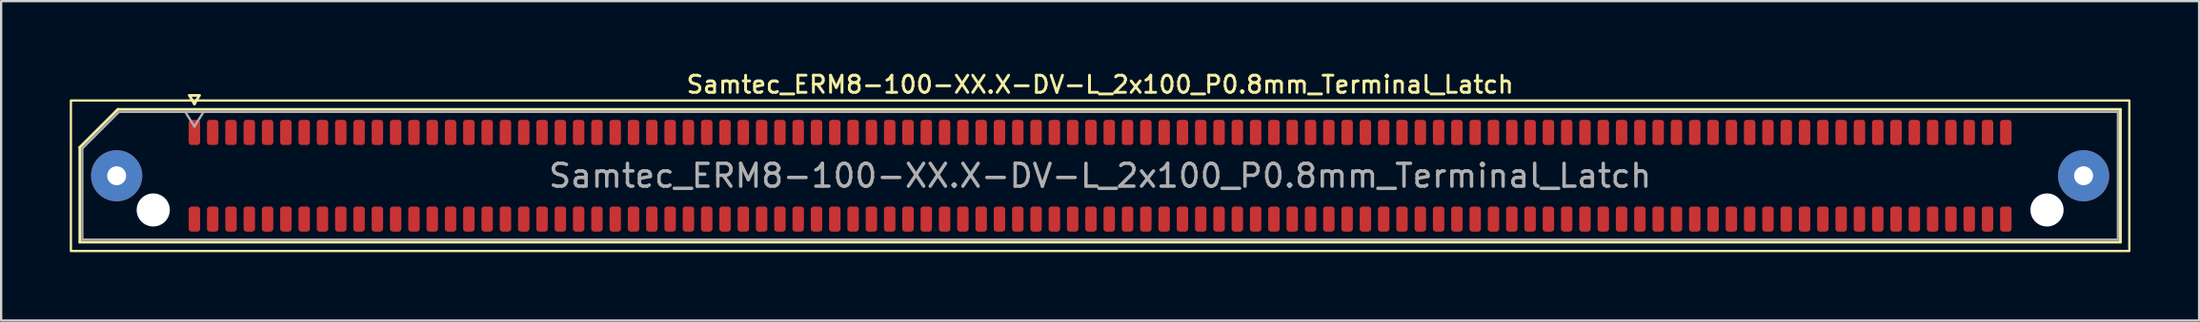
<source format=kicad_pcb>
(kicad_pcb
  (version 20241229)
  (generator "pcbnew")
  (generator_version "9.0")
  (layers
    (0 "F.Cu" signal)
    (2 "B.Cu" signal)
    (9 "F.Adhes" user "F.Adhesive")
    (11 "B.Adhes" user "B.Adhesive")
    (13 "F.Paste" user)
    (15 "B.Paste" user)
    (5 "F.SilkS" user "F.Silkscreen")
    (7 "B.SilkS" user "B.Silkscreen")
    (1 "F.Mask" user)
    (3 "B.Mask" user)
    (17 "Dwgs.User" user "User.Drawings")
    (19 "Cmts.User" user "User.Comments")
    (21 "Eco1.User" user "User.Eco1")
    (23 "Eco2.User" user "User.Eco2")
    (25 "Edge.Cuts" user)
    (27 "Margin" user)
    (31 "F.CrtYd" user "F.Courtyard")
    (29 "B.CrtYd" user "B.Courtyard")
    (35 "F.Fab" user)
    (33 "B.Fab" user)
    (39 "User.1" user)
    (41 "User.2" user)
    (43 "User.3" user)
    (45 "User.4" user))
  (footprint "Samtec_ERM8-100-XX.X-DV-L_2x100_P0.8mm_Terminal_Latch"
    (layer "F.Cu")
    (at 45.05 4.658)
    (property "Reference" "Samtec_ERM8-100-XX.X-DV-L_2x100_P0.8mm_Terminal_Latch" (at 0 -4 0) (layer "F.SilkS") (effects (font (size 0.75 0.75) (thickness 0.125))))
    (attr smd)
    (fp_line (start -44.61 -1.246) (end -42.946 -2.91) (stroke (width 0.12) (type solid)) (layer "F.SilkS"))
    (fp_line (start -44.61 2.91) (end -44.61 -1.246) (stroke (width 0.12) (type solid)) (layer "F.SilkS"))
    (fp_line (start -42.946 -2.91) (end 44.61 -2.91) (stroke (width 0.12) (type solid)) (layer "F.SilkS"))
    (fp_line (start -39.817 -3.525) (end -39.6 -3.15) (stroke (width 0.12) (type solid)) (layer "F.SilkS"))
    (fp_line (start -39.6 -3.15) (end -39.383 -3.525) (stroke (width 0.12) (type solid)) (layer "F.SilkS"))
    (fp_line (start -39.383 -3.525) (end -39.817 -3.525) (stroke (width 0.12) (type solid)) (layer "F.SilkS"))
    (fp_line (start 44.61 -2.91) (end 44.61 2.91) (stroke (width 0.12) (type solid)) (layer "F.SilkS"))
    (fp_line (start 44.61 2.91) (end -44.61 2.91) (stroke (width 0.12) (type solid)) (layer "F.SilkS"))
    (fp_rect (start -45 -3.3) (end 45 3.3) (stroke (width 0.1) (type solid)) (fill no) (layer "F.SilkS"))
    (fp_line (start -44.5 -1.2) (end -42.9 -2.8) (stroke (width 0.1) (type solid)) (layer "F.Fab"))
    (fp_line (start -44.5 2.8) (end -44.5 -1.2) (stroke (width 0.1) (type solid)) (layer "F.Fab"))
    (fp_line (start -42.9 -2.8) (end 44.5 -2.8) (stroke (width 0.1) (type solid)) (layer "F.Fab"))
    (fp_line (start -40 -2.8) (end -39.6 -2.16) (stroke (width 0.1) (type solid)) (layer "F.Fab"))
    (fp_line (start -39.6 -2.16) (end -39.2 -2.8) (stroke (width 0.1) (type solid)) (layer "F.Fab"))
    (fp_line (start 44.5 -2.8) (end 44.5 2.8) (stroke (width 0.1) (type solid)) (layer "F.Fab"))
    (fp_line (start 44.5 2.8) (end -44.5 2.8) (stroke (width 0.1) (type solid)) (layer "F.Fab"))
    (fp_text user "${REFERENCE}" (at 0 0 0) (layer "F.Fab") (effects (font (size 1 1) (thickness 0.15))))
    (pad "" thru_hole circle (at -43 0) (size 2.24 2.24) (drill 0.83) (layers "*.Cu" "*.Mask" "F.Paste"))
    (pad "" np_thru_hole circle (at -41.4 1.5) (size 1.45 1.45) (drill 1.45) (layers "*.Cu" "*.Mask"))
    (pad "" np_thru_hole circle (at 41.4 1.5) (size 1.45 1.45) (drill 1.45) (layers "*.Cu" "*.Mask"))
    (pad "" thru_hole circle (at 43 0) (size 2.24 2.24) (drill 0.83) (layers "*.Cu" "*.Mask" "F.Paste"))
    (pad "1" smd roundrect (at -39.6 -1.9) (size 0.5 1.1) (layers "F.Cu" "F.Mask" "F.Paste") (roundrect_rratio 0.25))
    (pad "2" smd roundrect (at -39.6 1.9) (size 0.5 1.1) (layers "F.Cu" "F.Mask" "F.Paste") (roundrect_rratio 0.25))
    (pad "3" smd roundrect (at -38.8 -1.9) (size 0.5 1.1) (layers "F.Cu" "F.Mask" "F.Paste") (roundrect_rratio 0.25))
    (pad "4" smd roundrect (at -38.8 1.9) (size 0.5 1.1) (layers "F.Cu" "F.Mask" "F.Paste") (roundrect_rratio 0.25))
    (pad "5" smd roundrect (at -38 -1.9) (size 0.5 1.1) (layers "F.Cu" "F.Mask" "F.Paste") (roundrect_rratio 0.25))
    (pad "6" smd roundrect (at -38 1.9) (size 0.5 1.1) (layers "F.Cu" "F.Mask" "F.Paste") (roundrect_rratio 0.25))
    (pad "7" smd roundrect (at -37.2 -1.9) (size 0.5 1.1) (layers "F.Cu" "F.Mask" "F.Paste") (roundrect_rratio 0.25))
    (pad "8" smd roundrect (at -37.2 1.9) (size 0.5 1.1) (layers "F.Cu" "F.Mask" "F.Paste") (roundrect_rratio 0.25))
    (pad "9" smd roundrect (at -36.4 -1.9) (size 0.5 1.1) (layers "F.Cu" "F.Mask" "F.Paste") (roundrect_rratio 0.25))
    (pad "10" smd roundrect (at -36.4 1.9) (size 0.5 1.1) (layers "F.Cu" "F.Mask" "F.Paste") (roundrect_rratio 0.25))
    (pad "11" smd roundrect (at -35.6 -1.9) (size 0.5 1.1) (layers "F.Cu" "F.Mask" "F.Paste") (roundrect_rratio 0.25))
    (pad "12" smd roundrect (at -35.6 1.9) (size 0.5 1.1) (layers "F.Cu" "F.Mask" "F.Paste") (roundrect_rratio 0.25))
    (pad "13" smd roundrect (at -34.8 -1.9) (size 0.5 1.1) (layers "F.Cu" "F.Mask" "F.Paste") (roundrect_rratio 0.25))
    (pad "14" smd roundrect (at -34.8 1.9) (size 0.5 1.1) (layers "F.Cu" "F.Mask" "F.Paste") (roundrect_rratio 0.25))
    (pad "15" smd roundrect (at -34 -1.9) (size 0.5 1.1) (layers "F.Cu" "F.Mask" "F.Paste") (roundrect_rratio 0.25))
    (pad "16" smd roundrect (at -34 1.9) (size 0.5 1.1) (layers "F.Cu" "F.Mask" "F.Paste") (roundrect_rratio 0.25))
    (pad "17" smd roundrect (at -33.2 -1.9) (size 0.5 1.1) (layers "F.Cu" "F.Mask" "F.Paste") (roundrect_rratio 0.25))
    (pad "18" smd roundrect (at -33.2 1.9) (size 0.5 1.1) (layers "F.Cu" "F.Mask" "F.Paste") (roundrect_rratio 0.25))
    (pad "19" smd roundrect (at -32.4 -1.9) (size 0.5 1.1) (layers "F.Cu" "F.Mask" "F.Paste") (roundrect_rratio 0.25))
    (pad "20" smd roundrect (at -32.4 1.9) (size 0.5 1.1) (layers "F.Cu" "F.Mask" "F.Paste") (roundrect_rratio 0.25))
    (pad "21" smd roundrect (at -31.6 -1.9) (size 0.5 1.1) (layers "F.Cu" "F.Mask" "F.Paste") (roundrect_rratio 0.25))
    (pad "22" smd roundrect (at -31.6 1.9) (size 0.5 1.1) (layers "F.Cu" "F.Mask" "F.Paste") (roundrect_rratio 0.25))
    (pad "23" smd roundrect (at -30.8 -1.9) (size 0.5 1.1) (layers "F.Cu" "F.Mask" "F.Paste") (roundrect_rratio 0.25))
    (pad "24" smd roundrect (at -30.8 1.9) (size 0.5 1.1) (layers "F.Cu" "F.Mask" "F.Paste") (roundrect_rratio 0.25))
    (pad "25" smd roundrect (at -30 -1.9) (size 0.5 1.1) (layers "F.Cu" "F.Mask" "F.Paste") (roundrect_rratio 0.25))
    (pad "26" smd roundrect (at -30 1.9) (size 0.5 1.1) (layers "F.Cu" "F.Mask" "F.Paste") (roundrect_rratio 0.25))
    (pad "27" smd roundrect (at -29.2 -1.9) (size 0.5 1.1) (layers "F.Cu" "F.Mask" "F.Paste") (roundrect_rratio 0.25))
    (pad "28" smd roundrect (at -29.2 1.9) (size 0.5 1.1) (layers "F.Cu" "F.Mask" "F.Paste") (roundrect_rratio 0.25))
    (pad "29" smd roundrect (at -28.4 -1.9) (size 0.5 1.1) (layers "F.Cu" "F.Mask" "F.Paste") (roundrect_rratio 0.25))
    (pad "30" smd roundrect (at -28.4 1.9) (size 0.5 1.1) (layers "F.Cu" "F.Mask" "F.Paste") (roundrect_rratio 0.25))
    (pad "31" smd roundrect (at -27.6 -1.9) (size 0.5 1.1) (layers "F.Cu" "F.Mask" "F.Paste") (roundrect_rratio 0.25))
    (pad "32" smd roundrect (at -27.6 1.9) (size 0.5 1.1) (layers "F.Cu" "F.Mask" "F.Paste") (roundrect_rratio 0.25))
    (pad "33" smd roundrect (at -26.8 -1.9) (size 0.5 1.1) (layers "F.Cu" "F.Mask" "F.Paste") (roundrect_rratio 0.25))
    (pad "34" smd roundrect (at -26.8 1.9) (size 0.5 1.1) (layers "F.Cu" "F.Mask" "F.Paste") (roundrect_rratio 0.25))
    (pad "35" smd roundrect (at -26 -1.9) (size 0.5 1.1) (layers "F.Cu" "F.Mask" "F.Paste") (roundrect_rratio 0.25))
    (pad "36" smd roundrect (at -26 1.9) (size 0.5 1.1) (layers "F.Cu" "F.Mask" "F.Paste") (roundrect_rratio 0.25))
    (pad "37" smd roundrect (at -25.2 -1.9) (size 0.5 1.1) (layers "F.Cu" "F.Mask" "F.Paste") (roundrect_rratio 0.25))
    (pad "38" smd roundrect (at -25.2 1.9) (size 0.5 1.1) (layers "F.Cu" "F.Mask" "F.Paste") (roundrect_rratio 0.25))
    (pad "39" smd roundrect (at -24.4 -1.9) (size 0.5 1.1) (layers "F.Cu" "F.Mask" "F.Paste") (roundrect_rratio 0.25))
    (pad "40" smd roundrect (at -24.4 1.9) (size 0.5 1.1) (layers "F.Cu" "F.Mask" "F.Paste") (roundrect_rratio 0.25))
    (pad "41" smd roundrect (at -23.6 -1.9) (size 0.5 1.1) (layers "F.Cu" "F.Mask" "F.Paste") (roundrect_rratio 0.25))
    (pad "42" smd roundrect (at -23.6 1.9) (size 0.5 1.1) (layers "F.Cu" "F.Mask" "F.Paste") (roundrect_rratio 0.25))
    (pad "43" smd roundrect (at -22.8 -1.9) (size 0.5 1.1) (layers "F.Cu" "F.Mask" "F.Paste") (roundrect_rratio 0.25))
    (pad "44" smd roundrect (at -22.8 1.9) (size 0.5 1.1) (layers "F.Cu" "F.Mask" "F.Paste") (roundrect_rratio 0.25))
    (pad "45" smd roundrect (at -22 -1.9) (size 0.5 1.1) (layers "F.Cu" "F.Mask" "F.Paste") (roundrect_rratio 0.25))
    (pad "46" smd roundrect (at -22 1.9) (size 0.5 1.1) (layers "F.Cu" "F.Mask" "F.Paste") (roundrect_rratio 0.25))
    (pad "47" smd roundrect (at -21.2 -1.9) (size 0.5 1.1) (layers "F.Cu" "F.Mask" "F.Paste") (roundrect_rratio 0.25))
    (pad "48" smd roundrect (at -21.2 1.9) (size 0.5 1.1) (layers "F.Cu" "F.Mask" "F.Paste") (roundrect_rratio 0.25))
    (pad "49" smd roundrect (at -20.4 -1.9) (size 0.5 1.1) (layers "F.Cu" "F.Mask" "F.Paste") (roundrect_rratio 0.25))
    (pad "50" smd roundrect (at -20.4 1.9) (size 0.5 1.1) (layers "F.Cu" "F.Mask" "F.Paste") (roundrect_rratio 0.25))
    (pad "51" smd roundrect (at -19.6 -1.9) (size 0.5 1.1) (layers "F.Cu" "F.Mask" "F.Paste") (roundrect_rratio 0.25))
    (pad "52" smd roundrect (at -19.6 1.9) (size 0.5 1.1) (layers "F.Cu" "F.Mask" "F.Paste") (roundrect_rratio 0.25))
    (pad "53" smd roundrect (at -18.8 -1.9) (size 0.5 1.1) (layers "F.Cu" "F.Mask" "F.Paste") (roundrect_rratio 0.25))
    (pad "54" smd roundrect (at -18.8 1.9) (size 0.5 1.1) (layers "F.Cu" "F.Mask" "F.Paste") (roundrect_rratio 0.25))
    (pad "55" smd roundrect (at -18 -1.9) (size 0.5 1.1) (layers "F.Cu" "F.Mask" "F.Paste") (roundrect_rratio 0.25))
    (pad "56" smd roundrect (at -18 1.9) (size 0.5 1.1) (layers "F.Cu" "F.Mask" "F.Paste") (roundrect_rratio 0.25))
    (pad "57" smd roundrect (at -17.2 -1.9) (size 0.5 1.1) (layers "F.Cu" "F.Mask" "F.Paste") (roundrect_rratio 0.25))
    (pad "58" smd roundrect (at -17.2 1.9) (size 0.5 1.1) (layers "F.Cu" "F.Mask" "F.Paste") (roundrect_rratio 0.25))
    (pad "59" smd roundrect (at -16.4 -1.9) (size 0.5 1.1) (layers "F.Cu" "F.Mask" "F.Paste") (roundrect_rratio 0.25))
    (pad "60" smd roundrect (at -16.4 1.9) (size 0.5 1.1) (layers "F.Cu" "F.Mask" "F.Paste") (roundrect_rratio 0.25))
    (pad "61" smd roundrect (at -15.6 -1.9) (size 0.5 1.1) (layers "F.Cu" "F.Mask" "F.Paste") (roundrect_rratio 0.25))
    (pad "62" smd roundrect (at -15.6 1.9) (size 0.5 1.1) (layers "F.Cu" "F.Mask" "F.Paste") (roundrect_rratio 0.25))
    (pad "63" smd roundrect (at -14.8 -1.9) (size 0.5 1.1) (layers "F.Cu" "F.Mask" "F.Paste") (roundrect_rratio 0.25))
    (pad "64" smd roundrect (at -14.8 1.9) (size 0.5 1.1) (layers "F.Cu" "F.Mask" "F.Paste") (roundrect_rratio 0.25))
    (pad "65" smd roundrect (at -14 -1.9) (size 0.5 1.1) (layers "F.Cu" "F.Mask" "F.Paste") (roundrect_rratio 0.25))
    (pad "66" smd roundrect (at -14 1.9) (size 0.5 1.1) (layers "F.Cu" "F.Mask" "F.Paste") (roundrect_rratio 0.25))
    (pad "67" smd roundrect (at -13.2 -1.9) (size 0.5 1.1) (layers "F.Cu" "F.Mask" "F.Paste") (roundrect_rratio 0.25))
    (pad "68" smd roundrect (at -13.2 1.9) (size 0.5 1.1) (layers "F.Cu" "F.Mask" "F.Paste") (roundrect_rratio 0.25))
    (pad "69" smd roundrect (at -12.4 -1.9) (size 0.5 1.1) (layers "F.Cu" "F.Mask" "F.Paste") (roundrect_rratio 0.25))
    (pad "70" smd roundrect (at -12.4 1.9) (size 0.5 1.1) (layers "F.Cu" "F.Mask" "F.Paste") (roundrect_rratio 0.25))
    (pad "71" smd roundrect (at -11.6 -1.9) (size 0.5 1.1) (layers "F.Cu" "F.Mask" "F.Paste") (roundrect_rratio 0.25))
    (pad "72" smd roundrect (at -11.6 1.9) (size 0.5 1.1) (layers "F.Cu" "F.Mask" "F.Paste") (roundrect_rratio 0.25))
    (pad "73" smd roundrect (at -10.8 -1.9) (size 0.5 1.1) (layers "F.Cu" "F.Mask" "F.Paste") (roundrect_rratio 0.25))
    (pad "74" smd roundrect (at -10.8 1.9) (size 0.5 1.1) (layers "F.Cu" "F.Mask" "F.Paste") (roundrect_rratio 0.25))
    (pad "75" smd roundrect (at -10 -1.9) (size 0.5 1.1) (layers "F.Cu" "F.Mask" "F.Paste") (roundrect_rratio 0.25))
    (pad "76" smd roundrect (at -10 1.9) (size 0.5 1.1) (layers "F.Cu" "F.Mask" "F.Paste") (roundrect_rratio 0.25))
    (pad "77" smd roundrect (at -9.2 -1.9) (size 0.5 1.1) (layers "F.Cu" "F.Mask" "F.Paste") (roundrect_rratio 0.25))
    (pad "78" smd roundrect (at -9.2 1.9) (size 0.5 1.1) (layers "F.Cu" "F.Mask" "F.Paste") (roundrect_rratio 0.25))
    (pad "79" smd roundrect (at -8.4 -1.9) (size 0.5 1.1) (layers "F.Cu" "F.Mask" "F.Paste") (roundrect_rratio 0.25))
    (pad "80" smd roundrect (at -8.4 1.9) (size 0.5 1.1) (layers "F.Cu" "F.Mask" "F.Paste") (roundrect_rratio 0.25))
    (pad "81" smd roundrect (at -7.6 -1.9) (size 0.5 1.1) (layers "F.Cu" "F.Mask" "F.Paste") (roundrect_rratio 0.25))
    (pad "82" smd roundrect (at -7.6 1.9) (size 0.5 1.1) (layers "F.Cu" "F.Mask" "F.Paste") (roundrect_rratio 0.25))
    (pad "83" smd roundrect (at -6.8 -1.9) (size 0.5 1.1) (layers "F.Cu" "F.Mask" "F.Paste") (roundrect_rratio 0.25))
    (pad "84" smd roundrect (at -6.8 1.9) (size 0.5 1.1) (layers "F.Cu" "F.Mask" "F.Paste") (roundrect_rratio 0.25))
    (pad "85" smd roundrect (at -6 -1.9) (size 0.5 1.1) (layers "F.Cu" "F.Mask" "F.Paste") (roundrect_rratio 0.25))
    (pad "86" smd roundrect (at -6 1.9) (size 0.5 1.1) (layers "F.Cu" "F.Mask" "F.Paste") (roundrect_rratio 0.25))
    (pad "87" smd roundrect (at -5.2 -1.9) (size 0.5 1.1) (layers "F.Cu" "F.Mask" "F.Paste") (roundrect_rratio 0.25))
    (pad "88" smd roundrect (at -5.2 1.9) (size 0.5 1.1) (layers "F.Cu" "F.Mask" "F.Paste") (roundrect_rratio 0.25))
    (pad "89" smd roundrect (at -4.4 -1.9) (size 0.5 1.1) (layers "F.Cu" "F.Mask" "F.Paste") (roundrect_rratio 0.25))
    (pad "90" smd roundrect (at -4.4 1.9) (size 0.5 1.1) (layers "F.Cu" "F.Mask" "F.Paste") (roundrect_rratio 0.25))
    (pad "91" smd roundrect (at -3.6 -1.9) (size 0.5 1.1) (layers "F.Cu" "F.Mask" "F.Paste") (roundrect_rratio 0.25))
    (pad "92" smd roundrect (at -3.6 1.9) (size 0.5 1.1) (layers "F.Cu" "F.Mask" "F.Paste") (roundrect_rratio 0.25))
    (pad "93" smd roundrect (at -2.8 -1.9) (size 0.5 1.1) (layers "F.Cu" "F.Mask" "F.Paste") (roundrect_rratio 0.25))
    (pad "94" smd roundrect (at -2.8 1.9) (size 0.5 1.1) (layers "F.Cu" "F.Mask" "F.Paste") (roundrect_rratio 0.25))
    (pad "95" smd roundrect (at -2 -1.9) (size 0.5 1.1) (layers "F.Cu" "F.Mask" "F.Paste") (roundrect_rratio 0.25))
    (pad "96" smd roundrect (at -2 1.9) (size 0.5 1.1) (layers "F.Cu" "F.Mask" "F.Paste") (roundrect_rratio 0.25))
    (pad "97" smd roundrect (at -1.2 -1.9) (size 0.5 1.1) (layers "F.Cu" "F.Mask" "F.Paste") (roundrect_rratio 0.25))
    (pad "98" smd roundrect (at -1.2 1.9) (size 0.5 1.1) (layers "F.Cu" "F.Mask" "F.Paste") (roundrect_rratio 0.25))
    (pad "99" smd roundrect (at -0.4 -1.9) (size 0.5 1.1) (layers "F.Cu" "F.Mask" "F.Paste") (roundrect_rratio 0.25))
    (pad "100" smd roundrect (at -0.4 1.9) (size 0.5 1.1) (layers "F.Cu" "F.Mask" "F.Paste") (roundrect_rratio 0.25))
    (pad "101" smd roundrect (at 0.4 -1.9) (size 0.5 1.1) (layers "F.Cu" "F.Mask" "F.Paste") (roundrect_rratio 0.25))
    (pad "102" smd roundrect (at 0.4 1.9) (size 0.5 1.1) (layers "F.Cu" "F.Mask" "F.Paste") (roundrect_rratio 0.25))
    (pad "103" smd roundrect (at 1.2 -1.9) (size 0.5 1.1) (layers "F.Cu" "F.Mask" "F.Paste") (roundrect_rratio 0.25))
    (pad "104" smd roundrect (at 1.2 1.9) (size 0.5 1.1) (layers "F.Cu" "F.Mask" "F.Paste") (roundrect_rratio 0.25))
    (pad "105" smd roundrect (at 2 -1.9) (size 0.5 1.1) (layers "F.Cu" "F.Mask" "F.Paste") (roundrect_rratio 0.25))
    (pad "106" smd roundrect (at 2 1.9) (size 0.5 1.1) (layers "F.Cu" "F.Mask" "F.Paste") (roundrect_rratio 0.25))
    (pad "107" smd roundrect (at 2.8 -1.9) (size 0.5 1.1) (layers "F.Cu" "F.Mask" "F.Paste") (roundrect_rratio 0.25))
    (pad "108" smd roundrect (at 2.8 1.9) (size 0.5 1.1) (layers "F.Cu" "F.Mask" "F.Paste") (roundrect_rratio 0.25))
    (pad "109" smd roundrect (at 3.6 -1.9) (size 0.5 1.1) (layers "F.Cu" "F.Mask" "F.Paste") (roundrect_rratio 0.25))
    (pad "110" smd roundrect (at 3.6 1.9) (size 0.5 1.1) (layers "F.Cu" "F.Mask" "F.Paste") (roundrect_rratio 0.25))
    (pad "111" smd roundrect (at 4.4 -1.9) (size 0.5 1.1) (layers "F.Cu" "F.Mask" "F.Paste") (roundrect_rratio 0.25))
    (pad "112" smd roundrect (at 4.4 1.9) (size 0.5 1.1) (layers "F.Cu" "F.Mask" "F.Paste") (roundrect_rratio 0.25))
    (pad "113" smd roundrect (at 5.2 -1.9) (size 0.5 1.1) (layers "F.Cu" "F.Mask" "F.Paste") (roundrect_rratio 0.25))
    (pad "114" smd roundrect (at 5.2 1.9) (size 0.5 1.1) (layers "F.Cu" "F.Mask" "F.Paste") (roundrect_rratio 0.25))
    (pad "115" smd roundrect (at 6 -1.9) (size 0.5 1.1) (layers "F.Cu" "F.Mask" "F.Paste") (roundrect_rratio 0.25))
    (pad "116" smd roundrect (at 6 1.9) (size 0.5 1.1) (layers "F.Cu" "F.Mask" "F.Paste") (roundrect_rratio 0.25))
    (pad "117" smd roundrect (at 6.8 -1.9) (size 0.5 1.1) (layers "F.Cu" "F.Mask" "F.Paste") (roundrect_rratio 0.25))
    (pad "118" smd roundrect (at 6.8 1.9) (size 0.5 1.1) (layers "F.Cu" "F.Mask" "F.Paste") (roundrect_rratio 0.25))
    (pad "119" smd roundrect (at 7.6 -1.9) (size 0.5 1.1) (layers "F.Cu" "F.Mask" "F.Paste") (roundrect_rratio 0.25))
    (pad "120" smd roundrect (at 7.6 1.9) (size 0.5 1.1) (layers "F.Cu" "F.Mask" "F.Paste") (roundrect_rratio 0.25))
    (pad "121" smd roundrect (at 8.4 -1.9) (size 0.5 1.1) (layers "F.Cu" "F.Mask" "F.Paste") (roundrect_rratio 0.25))
    (pad "122" smd roundrect (at 8.4 1.9) (size 0.5 1.1) (layers "F.Cu" "F.Mask" "F.Paste") (roundrect_rratio 0.25))
    (pad "123" smd roundrect (at 9.2 -1.9) (size 0.5 1.1) (layers "F.Cu" "F.Mask" "F.Paste") (roundrect_rratio 0.25))
    (pad "124" smd roundrect (at 9.2 1.9) (size 0.5 1.1) (layers "F.Cu" "F.Mask" "F.Paste") (roundrect_rratio 0.25))
    (pad "125" smd roundrect (at 10 -1.9) (size 0.5 1.1) (layers "F.Cu" "F.Mask" "F.Paste") (roundrect_rratio 0.25))
    (pad "126" smd roundrect (at 10 1.9) (size 0.5 1.1) (layers "F.Cu" "F.Mask" "F.Paste") (roundrect_rratio 0.25))
    (pad "127" smd roundrect (at 10.8 -1.9) (size 0.5 1.1) (layers "F.Cu" "F.Mask" "F.Paste") (roundrect_rratio 0.25))
    (pad "128" smd roundrect (at 10.8 1.9) (size 0.5 1.1) (layers "F.Cu" "F.Mask" "F.Paste") (roundrect_rratio 0.25))
    (pad "129" smd roundrect (at 11.6 -1.9) (size 0.5 1.1) (layers "F.Cu" "F.Mask" "F.Paste") (roundrect_rratio 0.25))
    (pad "130" smd roundrect (at 11.6 1.9) (size 0.5 1.1) (layers "F.Cu" "F.Mask" "F.Paste") (roundrect_rratio 0.25))
    (pad "131" smd roundrect (at 12.4 -1.9) (size 0.5 1.1) (layers "F.Cu" "F.Mask" "F.Paste") (roundrect_rratio 0.25))
    (pad "132" smd roundrect (at 12.4 1.9) (size 0.5 1.1) (layers "F.Cu" "F.Mask" "F.Paste") (roundrect_rratio 0.25))
    (pad "133" smd roundrect (at 13.2 -1.9) (size 0.5 1.1) (layers "F.Cu" "F.Mask" "F.Paste") (roundrect_rratio 0.25))
    (pad "134" smd roundrect (at 13.2 1.9) (size 0.5 1.1) (layers "F.Cu" "F.Mask" "F.Paste") (roundrect_rratio 0.25))
    (pad "135" smd roundrect (at 14 -1.9) (size 0.5 1.1) (layers "F.Cu" "F.Mask" "F.Paste") (roundrect_rratio 0.25))
    (pad "136" smd roundrect (at 14 1.9) (size 0.5 1.1) (layers "F.Cu" "F.Mask" "F.Paste") (roundrect_rratio 0.25))
    (pad "137" smd roundrect (at 14.8 -1.9) (size 0.5 1.1) (layers "F.Cu" "F.Mask" "F.Paste") (roundrect_rratio 0.25))
    (pad "138" smd roundrect (at 14.8 1.9) (size 0.5 1.1) (layers "F.Cu" "F.Mask" "F.Paste") (roundrect_rratio 0.25))
    (pad "139" smd roundrect (at 15.6 -1.9) (size 0.5 1.1) (layers "F.Cu" "F.Mask" "F.Paste") (roundrect_rratio 0.25))
    (pad "140" smd roundrect (at 15.6 1.9) (size 0.5 1.1) (layers "F.Cu" "F.Mask" "F.Paste") (roundrect_rratio 0.25))
    (pad "141" smd roundrect (at 16.4 -1.9) (size 0.5 1.1) (layers "F.Cu" "F.Mask" "F.Paste") (roundrect_rratio 0.25))
    (pad "142" smd roundrect (at 16.4 1.9) (size 0.5 1.1) (layers "F.Cu" "F.Mask" "F.Paste") (roundrect_rratio 0.25))
    (pad "143" smd roundrect (at 17.2 -1.9) (size 0.5 1.1) (layers "F.Cu" "F.Mask" "F.Paste") (roundrect_rratio 0.25))
    (pad "144" smd roundrect (at 17.2 1.9) (size 0.5 1.1) (layers "F.Cu" "F.Mask" "F.Paste") (roundrect_rratio 0.25))
    (pad "145" smd roundrect (at 18 -1.9) (size 0.5 1.1) (layers "F.Cu" "F.Mask" "F.Paste") (roundrect_rratio 0.25))
    (pad "146" smd roundrect (at 18 1.9) (size 0.5 1.1) (layers "F.Cu" "F.Mask" "F.Paste") (roundrect_rratio 0.25))
    (pad "147" smd roundrect (at 18.8 -1.9) (size 0.5 1.1) (layers "F.Cu" "F.Mask" "F.Paste") (roundrect_rratio 0.25))
    (pad "148" smd roundrect (at 18.8 1.9) (size 0.5 1.1) (layers "F.Cu" "F.Mask" "F.Paste") (roundrect_rratio 0.25))
    (pad "149" smd roundrect (at 19.6 -1.9) (size 0.5 1.1) (layers "F.Cu" "F.Mask" "F.Paste") (roundrect_rratio 0.25))
    (pad "150" smd roundrect (at 19.6 1.9) (size 0.5 1.1) (layers "F.Cu" "F.Mask" "F.Paste") (roundrect_rratio 0.25))
    (pad "151" smd roundrect (at 20.4 -1.9) (size 0.5 1.1) (layers "F.Cu" "F.Mask" "F.Paste") (roundrect_rratio 0.25))
    (pad "152" smd roundrect (at 20.4 1.9) (size 0.5 1.1) (layers "F.Cu" "F.Mask" "F.Paste") (roundrect_rratio 0.25))
    (pad "153" smd roundrect (at 21.2 -1.9) (size 0.5 1.1) (layers "F.Cu" "F.Mask" "F.Paste") (roundrect_rratio 0.25))
    (pad "154" smd roundrect (at 21.2 1.9) (size 0.5 1.1) (layers "F.Cu" "F.Mask" "F.Paste") (roundrect_rratio 0.25))
    (pad "155" smd roundrect (at 22 -1.9) (size 0.5 1.1) (layers "F.Cu" "F.Mask" "F.Paste") (roundrect_rratio 0.25))
    (pad "156" smd roundrect (at 22 1.9) (size 0.5 1.1) (layers "F.Cu" "F.Mask" "F.Paste") (roundrect_rratio 0.25))
    (pad "157" smd roundrect (at 22.8 -1.9) (size 0.5 1.1) (layers "F.Cu" "F.Mask" "F.Paste") (roundrect_rratio 0.25))
    (pad "158" smd roundrect (at 22.8 1.9) (size 0.5 1.1) (layers "F.Cu" "F.Mask" "F.Paste") (roundrect_rratio 0.25))
    (pad "159" smd roundrect (at 23.6 -1.9) (size 0.5 1.1) (layers "F.Cu" "F.Mask" "F.Paste") (roundrect_rratio 0.25))
    (pad "160" smd roundrect (at 23.6 1.9) (size 0.5 1.1) (layers "F.Cu" "F.Mask" "F.Paste") (roundrect_rratio 0.25))
    (pad "161" smd roundrect (at 24.4 -1.9) (size 0.5 1.1) (layers "F.Cu" "F.Mask" "F.Paste") (roundrect_rratio 0.25))
    (pad "162" smd roundrect (at 24.4 1.9) (size 0.5 1.1) (layers "F.Cu" "F.Mask" "F.Paste") (roundrect_rratio 0.25))
    (pad "163" smd roundrect (at 25.2 -1.9) (size 0.5 1.1) (layers "F.Cu" "F.Mask" "F.Paste") (roundrect_rratio 0.25))
    (pad "164" smd roundrect (at 25.2 1.9) (size 0.5 1.1) (layers "F.Cu" "F.Mask" "F.Paste") (roundrect_rratio 0.25))
    (pad "165" smd roundrect (at 26 -1.9) (size 0.5 1.1) (layers "F.Cu" "F.Mask" "F.Paste") (roundrect_rratio 0.25))
    (pad "166" smd roundrect (at 26 1.9) (size 0.5 1.1) (layers "F.Cu" "F.Mask" "F.Paste") (roundrect_rratio 0.25))
    (pad "167" smd roundrect (at 26.8 -1.9) (size 0.5 1.1) (layers "F.Cu" "F.Mask" "F.Paste") (roundrect_rratio 0.25))
    (pad "168" smd roundrect (at 26.8 1.9) (size 0.5 1.1) (layers "F.Cu" "F.Mask" "F.Paste") (roundrect_rratio 0.25))
    (pad "169" smd roundrect (at 27.6 -1.9) (size 0.5 1.1) (layers "F.Cu" "F.Mask" "F.Paste") (roundrect_rratio 0.25))
    (pad "170" smd roundrect (at 27.6 1.9) (size 0.5 1.1) (layers "F.Cu" "F.Mask" "F.Paste") (roundrect_rratio 0.25))
    (pad "171" smd roundrect (at 28.4 -1.9) (size 0.5 1.1) (layers "F.Cu" "F.Mask" "F.Paste") (roundrect_rratio 0.25))
    (pad "172" smd roundrect (at 28.4 1.9) (size 0.5 1.1) (layers "F.Cu" "F.Mask" "F.Paste") (roundrect_rratio 0.25))
    (pad "173" smd roundrect (at 29.2 -1.9) (size 0.5 1.1) (layers "F.Cu" "F.Mask" "F.Paste") (roundrect_rratio 0.25))
    (pad "174" smd roundrect (at 29.2 1.9) (size 0.5 1.1) (layers "F.Cu" "F.Mask" "F.Paste") (roundrect_rratio 0.25))
    (pad "175" smd roundrect (at 30 -1.9) (size 0.5 1.1) (layers "F.Cu" "F.Mask" "F.Paste") (roundrect_rratio 0.25))
    (pad "176" smd roundrect (at 30 1.9) (size 0.5 1.1) (layers "F.Cu" "F.Mask" "F.Paste") (roundrect_rratio 0.25))
    (pad "177" smd roundrect (at 30.8 -1.9) (size 0.5 1.1) (layers "F.Cu" "F.Mask" "F.Paste") (roundrect_rratio 0.25))
    (pad "178" smd roundrect (at 30.8 1.9) (size 0.5 1.1) (layers "F.Cu" "F.Mask" "F.Paste") (roundrect_rratio 0.25))
    (pad "179" smd roundrect (at 31.6 -1.9) (size 0.5 1.1) (layers "F.Cu" "F.Mask" "F.Paste") (roundrect_rratio 0.25))
    (pad "180" smd roundrect (at 31.6 1.9) (size 0.5 1.1) (layers "F.Cu" "F.Mask" "F.Paste") (roundrect_rratio 0.25))
    (pad "181" smd roundrect (at 32.4 -1.9) (size 0.5 1.1) (layers "F.Cu" "F.Mask" "F.Paste") (roundrect_rratio 0.25))
    (pad "182" smd roundrect (at 32.4 1.9) (size 0.5 1.1) (layers "F.Cu" "F.Mask" "F.Paste") (roundrect_rratio 0.25))
    (pad "183" smd roundrect (at 33.2 -1.9) (size 0.5 1.1) (layers "F.Cu" "F.Mask" "F.Paste") (roundrect_rratio 0.25))
    (pad "184" smd roundrect (at 33.2 1.9) (size 0.5 1.1) (layers "F.Cu" "F.Mask" "F.Paste") (roundrect_rratio 0.25))
    (pad "185" smd roundrect (at 34 -1.9) (size 0.5 1.1) (layers "F.Cu" "F.Mask" "F.Paste") (roundrect_rratio 0.25))
    (pad "186" smd roundrect (at 34 1.9) (size 0.5 1.1) (layers "F.Cu" "F.Mask" "F.Paste") (roundrect_rratio 0.25))
    (pad "187" smd roundrect (at 34.8 -1.9) (size 0.5 1.1) (layers "F.Cu" "F.Mask" "F.Paste") (roundrect_rratio 0.25))
    (pad "188" smd roundrect (at 34.8 1.9) (size 0.5 1.1) (layers "F.Cu" "F.Mask" "F.Paste") (roundrect_rratio 0.25))
    (pad "189" smd roundrect (at 35.6 -1.9) (size 0.5 1.1) (layers "F.Cu" "F.Mask" "F.Paste") (roundrect_rratio 0.25))
    (pad "190" smd roundrect (at 35.6 1.9) (size 0.5 1.1) (layers "F.Cu" "F.Mask" "F.Paste") (roundrect_rratio 0.25))
    (pad "191" smd roundrect (at 36.4 -1.9) (size 0.5 1.1) (layers "F.Cu" "F.Mask" "F.Paste") (roundrect_rratio 0.25))
    (pad "192" smd roundrect (at 36.4 1.9) (size 0.5 1.1) (layers "F.Cu" "F.Mask" "F.Paste") (roundrect_rratio 0.25))
    (pad "193" smd roundrect (at 37.2 -1.9) (size 0.5 1.1) (layers "F.Cu" "F.Mask" "F.Paste") (roundrect_rratio 0.25))
    (pad "194" smd roundrect (at 37.2 1.9) (size 0.5 1.1) (layers "F.Cu" "F.Mask" "F.Paste") (roundrect_rratio 0.25))
    (pad "195" smd roundrect (at 38 -1.9) (size 0.5 1.1) (layers "F.Cu" "F.Mask" "F.Paste") (roundrect_rratio 0.25))
    (pad "196" smd roundrect (at 38 1.9) (size 0.5 1.1) (layers "F.Cu" "F.Mask" "F.Paste") (roundrect_rratio 0.25))
    (pad "197" smd roundrect (at 38.8 -1.9) (size 0.5 1.1) (layers "F.Cu" "F.Mask" "F.Paste") (roundrect_rratio 0.25))
    (pad "198" smd roundrect (at 38.8 1.9) (size 0.5 1.1) (layers "F.Cu" "F.Mask" "F.Paste") (roundrect_rratio 0.25))
    (pad "199" smd roundrect (at 39.6 -1.9) (size 0.5 1.1) (layers "F.Cu" "F.Mask" "F.Paste") (roundrect_rratio 0.25))
    (pad "200" smd roundrect (at 39.6 1.9) (size 0.5 1.1) (layers "F.Cu" "F.Mask" "F.Paste") (roundrect_rratio 0.25)))
  (gr_rect
    (start -3 -3)
    (end 93.1 11.008)
    (stroke (width 0.1) (type default))
    (fill no)
    (layer "Edge.Cuts")))
</source>
